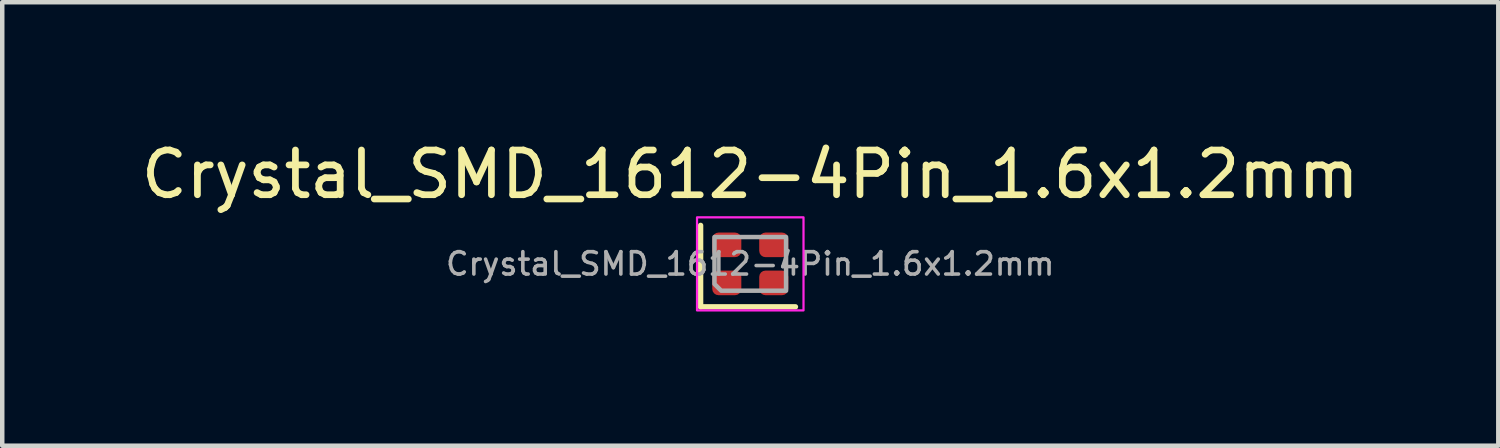
<source format=kicad_pcb>
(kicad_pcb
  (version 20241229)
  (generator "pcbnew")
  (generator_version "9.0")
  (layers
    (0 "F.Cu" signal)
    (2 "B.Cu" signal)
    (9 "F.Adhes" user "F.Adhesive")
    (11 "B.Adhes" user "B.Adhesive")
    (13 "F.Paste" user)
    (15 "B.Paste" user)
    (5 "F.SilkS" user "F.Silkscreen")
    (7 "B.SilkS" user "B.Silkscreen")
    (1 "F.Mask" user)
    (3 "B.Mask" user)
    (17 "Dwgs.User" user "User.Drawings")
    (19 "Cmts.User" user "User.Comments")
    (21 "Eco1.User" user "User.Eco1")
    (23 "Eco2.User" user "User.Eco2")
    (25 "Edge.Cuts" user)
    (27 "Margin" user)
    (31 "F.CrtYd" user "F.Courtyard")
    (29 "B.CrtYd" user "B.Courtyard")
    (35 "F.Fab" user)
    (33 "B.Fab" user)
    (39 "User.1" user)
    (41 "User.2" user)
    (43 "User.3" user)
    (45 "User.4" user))
  (footprint "Crystal_SMD_1612-4Pin_1.6x1.2mm"
    (layer "F.Cu")
    (at 13.72 2.848)
    (property "Reference" "Crystal_SMD_1612-4Pin_1.6x1.2mm" (at 0 -2 0) (layer "F.SilkS") (effects (font (size 1 1) (thickness 0.15))))
    (attr smd)
    (fp_line (start -1.11 -0.86) (end -1.11 0.96) (stroke (width 0.12) (type solid)) (layer "F.SilkS"))
    (fp_line (start -1.11 0.96) (end 1.01 0.96) (stroke (width 0.12) (type solid)) (layer "F.SilkS"))
    (fp_rect (start -1.19 -1.04) (end 1.19 1.04) (stroke (width 0.05) (type solid)) (fill no) (layer "F.CrtYd"))
    (fp_poly (pts (xy -0.8 -0.6) (xy -0.8 0.45) (xy -0.65 0.6) (xy 0.8 0.6) (xy 0.8 -0.6)) (stroke (width 0.1) (type solid)) (fill no) (layer "F.Fab"))
    (fp_text user "${REFERENCE}" (at 0 0 0) (layer "F.Fab") (effects (font (size 0.5 0.5) (thickness 0.08))))
    (pad "1" smd roundrect (at -0.525 0.425) (size 0.65 0.55) (layers "F.Cu" "F.Mask" "F.Paste") (roundrect_rratio 0.255))
    (pad "2" smd roundrect (at 0.525 0.425) (size 0.65 0.55) (layers "F.Cu" "F.Mask" "F.Paste") (roundrect_rratio 0.255))
    (pad "3" smd roundrect (at 0.525 -0.425) (size 0.65 0.55) (layers "F.Cu" "F.Mask" "F.Paste") (roundrect_rratio 0.255))
    (pad "4" smd roundrect (at -0.525 -0.425) (size 0.65 0.55) (layers "F.Cu" "F.Mask" "F.Paste") (roundrect_rratio 0.255)))
  (gr_rect
    (start -3 -3)
    (end 30.44 6.913)
    (stroke (width 0.1) (type default))
    (fill no)
    (layer "Edge.Cuts")))
</source>
